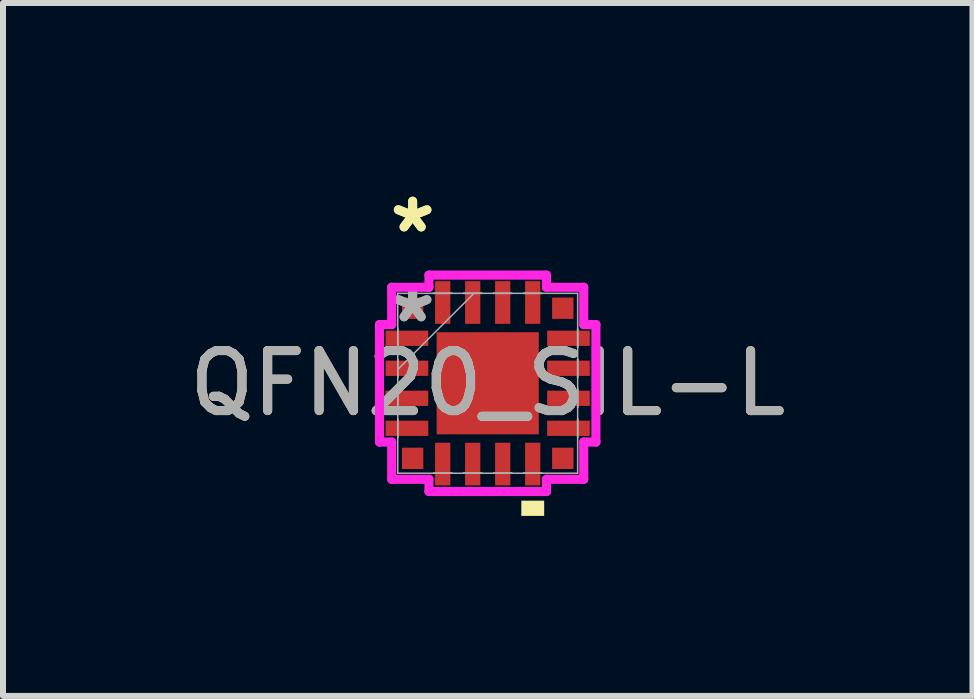
<source format=kicad_pcb>
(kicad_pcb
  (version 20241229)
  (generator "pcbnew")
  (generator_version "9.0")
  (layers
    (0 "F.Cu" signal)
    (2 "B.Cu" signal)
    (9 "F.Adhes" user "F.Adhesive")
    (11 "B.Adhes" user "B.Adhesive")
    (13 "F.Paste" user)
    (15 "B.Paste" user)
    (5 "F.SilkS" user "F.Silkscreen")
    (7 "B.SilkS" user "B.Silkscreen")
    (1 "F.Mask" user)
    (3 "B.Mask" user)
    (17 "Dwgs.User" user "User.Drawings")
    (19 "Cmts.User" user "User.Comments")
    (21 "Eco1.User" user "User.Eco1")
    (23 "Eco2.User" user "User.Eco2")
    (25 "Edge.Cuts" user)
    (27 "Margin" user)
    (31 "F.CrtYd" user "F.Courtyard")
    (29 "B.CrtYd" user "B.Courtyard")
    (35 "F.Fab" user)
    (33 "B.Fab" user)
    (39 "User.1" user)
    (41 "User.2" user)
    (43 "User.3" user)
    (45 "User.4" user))
  (footprint "QFN20_SIL-L"
    (layer "F.Cu")
    (at 5.077 3.337)
    (property "Reference" "QFN20_SIL-L" (at 0 0 0) (unlocked yes) (layer "F.SilkS") (effects (font (size 1 1) (thickness 0.15))))
    (attr smd)
    (fp_poly (pts (xy 0.56 1.956) (xy 0.56 2.21) (xy 0.941 2.21) (xy 0.941 1.956)) (stroke (width 0) (type solid)) (fill yes) (layer "F.SilkS"))
    (fp_line (start -1.803 -0.979) (end -1.6 -0.979) (stroke (width 0.152) (type solid)) (layer "F.CrtYd"))
    (fp_line (start -1.803 0.979) (end -1.803 -0.979) (stroke (width 0.152) (type solid)) (layer "F.CrtYd"))
    (fp_line (start -1.803 0.979) (end -1.6 0.979) (stroke (width 0.152) (type solid)) (layer "F.CrtYd"))
    (fp_line (start -1.6 -1.6) (end -0.979 -1.6) (stroke (width 0.152) (type solid)) (layer "F.CrtYd"))
    (fp_line (start -1.6 -0.979) (end -1.6 -1.6) (stroke (width 0.152) (type solid)) (layer "F.CrtYd"))
    (fp_line (start -1.6 1.6) (end -1.6 0.979) (stroke (width 0.152) (type solid)) (layer "F.CrtYd"))
    (fp_line (start -0.979 -1.803) (end 0.979 -1.803) (stroke (width 0.152) (type solid)) (layer "F.CrtYd"))
    (fp_line (start -0.979 -1.6) (end -0.979 -1.803) (stroke (width 0.152) (type solid)) (layer "F.CrtYd"))
    (fp_line (start -0.979 1.6) (end -1.6 1.6) (stroke (width 0.152) (type solid)) (layer "F.CrtYd"))
    (fp_line (start -0.979 1.803) (end -0.979 1.6) (stroke (width 0.152) (type solid)) (layer "F.CrtYd"))
    (fp_line (start 0.979 -1.803) (end 0.979 -1.6) (stroke (width 0.152) (type solid)) (layer "F.CrtYd"))
    (fp_line (start 0.979 -1.6) (end 1.6 -1.6) (stroke (width 0.152) (type solid)) (layer "F.CrtYd"))
    (fp_line (start 0.979 1.6) (end 0.979 1.803) (stroke (width 0.152) (type solid)) (layer "F.CrtYd"))
    (fp_line (start 0.979 1.803) (end -0.979 1.803) (stroke (width 0.152) (type solid)) (layer "F.CrtYd"))
    (fp_line (start 1.6 -1.6) (end 1.6 -0.979) (stroke (width 0.152) (type solid)) (layer "F.CrtYd"))
    (fp_line (start 1.6 -0.979) (end 1.803 -0.979) (stroke (width 0.152) (type solid)) (layer "F.CrtYd"))
    (fp_line (start 1.6 0.979) (end 1.6 1.6) (stroke (width 0.152) (type solid)) (layer "F.CrtYd"))
    (fp_line (start 1.6 1.6) (end 0.979 1.6) (stroke (width 0.152) (type solid)) (layer "F.CrtYd"))
    (fp_line (start 1.803 -0.979) (end 1.803 0.979) (stroke (width 0.152) (type solid)) (layer "F.CrtYd"))
    (fp_line (start 1.803 0.979) (end 1.6 0.979) (stroke (width 0.152) (type solid)) (layer "F.CrtYd"))
    (fp_line (start -1.499 -1.499) (end -1.499 1.499) (stroke (width 0.025) (type solid)) (layer "F.Fab"))
    (fp_line (start -1.499 -0.902) (end -1.499 -0.902) (stroke (width 0.025) (type solid)) (layer "F.Fab"))
    (fp_line (start -1.499 -0.902) (end -1.499 -0.598) (stroke (width 0.025) (type solid)) (layer "F.Fab"))
    (fp_line (start -1.499 -0.598) (end -1.499 -0.902) (stroke (width 0.025) (type solid)) (layer "F.Fab"))
    (fp_line (start -1.499 -0.598) (end -1.499 -0.598) (stroke (width 0.025) (type solid)) (layer "F.Fab"))
    (fp_line (start -1.499 -0.402) (end -1.499 -0.402) (stroke (width 0.025) (type solid)) (layer "F.Fab"))
    (fp_line (start -1.499 -0.402) (end -1.499 -0.098) (stroke (width 0.025) (type solid)) (layer "F.Fab"))
    (fp_line (start -1.499 -0.229) (end -0.229 -1.499) (stroke (width 0.025) (type solid)) (layer "F.Fab"))
    (fp_line (start -1.499 -0.098) (end -1.499 -0.402) (stroke (width 0.025) (type solid)) (layer "F.Fab"))
    (fp_line (start -1.499 -0.098) (end -1.499 -0.098) (stroke (width 0.025) (type solid)) (layer "F.Fab"))
    (fp_line (start -1.499 0.098) (end -1.499 0.098) (stroke (width 0.025) (type solid)) (layer "F.Fab"))
    (fp_line (start -1.499 0.098) (end -1.499 0.402) (stroke (width 0.025) (type solid)) (layer "F.Fab"))
    (fp_line (start -1.499 0.402) (end -1.499 0.098) (stroke (width 0.025) (type solid)) (layer "F.Fab"))
    (fp_line (start -1.499 0.402) (end -1.499 0.402) (stroke (width 0.025) (type solid)) (layer "F.Fab"))
    (fp_line (start -1.499 0.598) (end -1.499 0.598) (stroke (width 0.025) (type solid)) (layer "F.Fab"))
    (fp_line (start -1.499 0.598) (end -1.499 0.902) (stroke (width 0.025) (type solid)) (layer "F.Fab"))
    (fp_line (start -1.499 0.902) (end -1.499 0.598) (stroke (width 0.025) (type solid)) (layer "F.Fab"))
    (fp_line (start -1.499 0.902) (end -1.499 0.902) (stroke (width 0.025) (type solid)) (layer "F.Fab"))
    (fp_line (start -1.499 1.499) (end 1.499 1.499) (stroke (width 0.025) (type solid)) (layer "F.Fab"))
    (fp_line (start -0.902 -1.499) (end -0.902 -1.499) (stroke (width 0.025) (type solid)) (layer "F.Fab"))
    (fp_line (start -0.902 -1.499) (end -0.598 -1.499) (stroke (width 0.025) (type solid)) (layer "F.Fab"))
    (fp_line (start -0.902 1.499) (end -0.902 1.499) (stroke (width 0.025) (type solid)) (layer "F.Fab"))
    (fp_line (start -0.902 1.499) (end -0.598 1.499) (stroke (width 0.025) (type solid)) (layer "F.Fab"))
    (fp_line (start -0.598 -1.499) (end -0.902 -1.499) (stroke (width 0.025) (type solid)) (layer "F.Fab"))
    (fp_line (start -0.598 -1.499) (end -0.598 -1.499) (stroke (width 0.025) (type solid)) (layer "F.Fab"))
    (fp_line (start -0.598 1.499) (end -0.902 1.499) (stroke (width 0.025) (type solid)) (layer "F.Fab"))
    (fp_line (start -0.598 1.499) (end -0.598 1.499) (stroke (width 0.025) (type solid)) (layer "F.Fab"))
    (fp_line (start -0.402 -1.499) (end -0.402 -1.499) (stroke (width 0.025) (type solid)) (layer "F.Fab"))
    (fp_line (start -0.402 -1.499) (end -0.098 -1.499) (stroke (width 0.025) (type solid)) (layer "F.Fab"))
    (fp_line (start -0.402 1.499) (end -0.402 1.499) (stroke (width 0.025) (type solid)) (layer "F.Fab"))
    (fp_line (start -0.402 1.499) (end -0.098 1.499) (stroke (width 0.025) (type solid)) (layer "F.Fab"))
    (fp_line (start -0.098 -1.499) (end -0.402 -1.499) (stroke (width 0.025) (type solid)) (layer "F.Fab"))
    (fp_line (start -0.098 -1.499) (end -0.098 -1.499) (stroke (width 0.025) (type solid)) (layer "F.Fab"))
    (fp_line (start -0.098 1.499) (end -0.402 1.499) (stroke (width 0.025) (type solid)) (layer "F.Fab"))
    (fp_line (start -0.098 1.499) (end -0.098 1.499) (stroke (width 0.025) (type solid)) (layer "F.Fab"))
    (fp_line (start 0.098 -1.499) (end 0.098 -1.499) (stroke (width 0.025) (type solid)) (layer "F.Fab"))
    (fp_line (start 0.098 -1.499) (end 0.402 -1.499) (stroke (width 0.025) (type solid)) (layer "F.Fab"))
    (fp_line (start 0.098 1.499) (end 0.098 1.499) (stroke (width 0.025) (type solid)) (layer "F.Fab"))
    (fp_line (start 0.098 1.499) (end 0.402 1.499) (stroke (width 0.025) (type solid)) (layer "F.Fab"))
    (fp_line (start 0.402 -1.499) (end 0.098 -1.499) (stroke (width 0.025) (type solid)) (layer "F.Fab"))
    (fp_line (start 0.402 -1.499) (end 0.402 -1.499) (stroke (width 0.025) (type solid)) (layer "F.Fab"))
    (fp_line (start 0.402 1.499) (end 0.098 1.499) (stroke (width 0.025) (type solid)) (layer "F.Fab"))
    (fp_line (start 0.402 1.499) (end 0.402 1.499) (stroke (width 0.025) (type solid)) (layer "F.Fab"))
    (fp_line (start 0.598 -1.499) (end 0.598 -1.499) (stroke (width 0.025) (type solid)) (layer "F.Fab"))
    (fp_line (start 0.598 -1.499) (end 0.902 -1.499) (stroke (width 0.025) (type solid)) (layer "F.Fab"))
    (fp_line (start 0.598 1.499) (end 0.598 1.499) (stroke (width 0.025) (type solid)) (layer "F.Fab"))
    (fp_line (start 0.598 1.499) (end 0.902 1.499) (stroke (width 0.025) (type solid)) (layer "F.Fab"))
    (fp_line (start 0.902 -1.499) (end 0.598 -1.499) (stroke (width 0.025) (type solid)) (layer "F.Fab"))
    (fp_line (start 0.902 -1.499) (end 0.902 -1.499) (stroke (width 0.025) (type solid)) (layer "F.Fab"))
    (fp_line (start 0.902 1.499) (end 0.598 1.499) (stroke (width 0.025) (type solid)) (layer "F.Fab"))
    (fp_line (start 0.902 1.499) (end 0.902 1.499) (stroke (width 0.025) (type solid)) (layer "F.Fab"))
    (fp_line (start 1.499 -1.499) (end -1.499 -1.499) (stroke (width 0.025) (type solid)) (layer "F.Fab"))
    (fp_line (start 1.499 -0.902) (end 1.499 -0.902) (stroke (width 0.025) (type solid)) (layer "F.Fab"))
    (fp_line (start 1.499 -0.902) (end 1.499 -0.598) (stroke (width 0.025) (type solid)) (layer "F.Fab"))
    (fp_line (start 1.499 -0.598) (end 1.499 -0.902) (stroke (width 0.025) (type solid)) (layer "F.Fab"))
    (fp_line (start 1.499 -0.598) (end 1.499 -0.598) (stroke (width 0.025) (type solid)) (layer "F.Fab"))
    (fp_line (start 1.499 -0.402) (end 1.499 -0.402) (stroke (width 0.025) (type solid)) (layer "F.Fab"))
    (fp_line (start 1.499 -0.402) (end 1.499 -0.098) (stroke (width 0.025) (type solid)) (layer "F.Fab"))
    (fp_line (start 1.499 -0.098) (end 1.499 -0.402) (stroke (width 0.025) (type solid)) (layer "F.Fab"))
    (fp_line (start 1.499 -0.098) (end 1.499 -0.098) (stroke (width 0.025) (type solid)) (layer "F.Fab"))
    (fp_line (start 1.499 0.098) (end 1.499 0.098) (stroke (width 0.025) (type solid)) (layer "F.Fab"))
    (fp_line (start 1.499 0.098) (end 1.499 0.402) (stroke (width 0.025) (type solid)) (layer "F.Fab"))
    (fp_line (start 1.499 0.402) (end 1.499 0.098) (stroke (width 0.025) (type solid)) (layer "F.Fab"))
    (fp_line (start 1.499 0.402) (end 1.499 0.402) (stroke (width 0.025) (type solid)) (layer "F.Fab"))
    (fp_line (start 1.499 0.598) (end 1.499 0.598) (stroke (width 0.025) (type solid)) (layer "F.Fab"))
    (fp_line (start 1.499 0.598) (end 1.499 0.902) (stroke (width 0.025) (type solid)) (layer "F.Fab"))
    (fp_line (start 1.499 0.902) (end 1.499 0.598) (stroke (width 0.025) (type solid)) (layer "F.Fab"))
    (fp_line (start 1.499 0.902) (end 1.499 0.902) (stroke (width 0.025) (type solid)) (layer "F.Fab"))
    (fp_line (start 1.499 1.499) (end 1.499 -1.499) (stroke (width 0.025) (type solid)) (layer "F.Fab"))
    (fp_text user "*" (at -1.251 -2.489 0) (unlocked yes) (layer "F.SilkS") (effects (font (size 1 1) (thickness 0.15))))
    (fp_text user "*" (at -1.251 -2.489 0) (layer "F.SilkS") (effects (font (size 1 1) (thickness 0.15))))
    (fp_text user "*" (at -1.251 -0.991 0) (layer "F.Fab") (effects (font (size 1 1) (thickness 0.15))))
    (fp_text user "${REFERENCE}" (at 0 0 0) (unlocked yes) (layer "F.Fab") (effects (font (size 1 1) (thickness 0.15))))
    (fp_text user "*" (at -1.251 -0.991 0) (unlocked yes) (layer "F.Fab") (effects (font (size 1 1) (thickness 0.15))))
    (pad "1" smd rect (at -1.251 -1.251) (size 0.356 0.356) (layers "F.Cu" "F.Mask" "F.Paste"))
    (pad "2" smd rect (at -1.346 -0.75 90) (size 0.254 0.711) (layers "F.Cu" "F.Mask" "F.Paste"))
    (pad "3" smd rect (at -1.346 -0.25 90) (size 0.254 0.711) (layers "F.Cu" "F.Mask" "F.Paste"))
    (pad "4" smd rect (at -1.346 0.25 90) (size 0.254 0.711) (layers "F.Cu" "F.Mask" "F.Paste"))
    (pad "5" smd rect (at -1.346 0.75 90) (size 0.254 0.711) (layers "F.Cu" "F.Mask" "F.Paste"))
    (pad "6" smd rect (at -1.251 1.251) (size 0.356 0.356) (layers "F.Cu" "F.Mask" "F.Paste"))
    (pad "7" smd rect (at -0.75 1.346) (size 0.254 0.711) (layers "F.Cu" "F.Mask" "F.Paste"))
    (pad "8" smd rect (at -0.25 1.346) (size 0.254 0.711) (layers "F.Cu" "F.Mask" "F.Paste"))
    (pad "9" smd rect (at 0.25 1.346) (size 0.254 0.711) (layers "F.Cu" "F.Mask" "F.Paste"))
    (pad "10" smd rect (at 0.75 1.346) (size 0.254 0.711) (layers "F.Cu" "F.Mask" "F.Paste"))
    (pad "11" smd rect (at 1.251 1.251) (size 0.356 0.356) (layers "F.Cu" "F.Mask" "F.Paste"))
    (pad "12" smd rect (at 1.346 0.75 90) (size 0.254 0.711) (layers "F.Cu" "F.Mask" "F.Paste"))
    (pad "13" smd rect (at 1.346 0.25 90) (size 0.254 0.711) (layers "F.Cu" "F.Mask" "F.Paste"))
    (pad "14" smd rect (at 1.346 -0.25 90) (size 0.254 0.711) (layers "F.Cu" "F.Mask" "F.Paste"))
    (pad "15" smd rect (at 1.346 -0.75 90) (size 0.254 0.711) (layers "F.Cu" "F.Mask" "F.Paste"))
    (pad "16" smd rect (at 1.251 -1.251) (size 0.356 0.356) (layers "F.Cu" "F.Mask" "F.Paste"))
    (pad "17" smd rect (at 0.75 -1.346) (size 0.254 0.711) (layers "F.Cu" "F.Mask" "F.Paste"))
    (pad "18" smd rect (at 0.25 -1.346) (size 0.254 0.711) (layers "F.Cu" "F.Mask" "F.Paste"))
    (pad "19" smd rect (at -0.25 -1.346) (size 0.254 0.711) (layers "F.Cu" "F.Mask" "F.Paste"))
    (pad "20" smd rect (at -0.75 -1.346) (size 0.254 0.711) (layers "F.Cu" "F.Mask" "F.Paste"))
    (pad "21" smd rect (at 0 0) (size 1.702 1.702) (layers "F.Cu" "F.Mask" "F.Paste")))
  (gr_rect
    (start -3 -3)
    (end 13.155 8.547)
    (stroke (width 0.1) (type default))
    (fill no)
    (layer "Edge.Cuts")))
</source>
